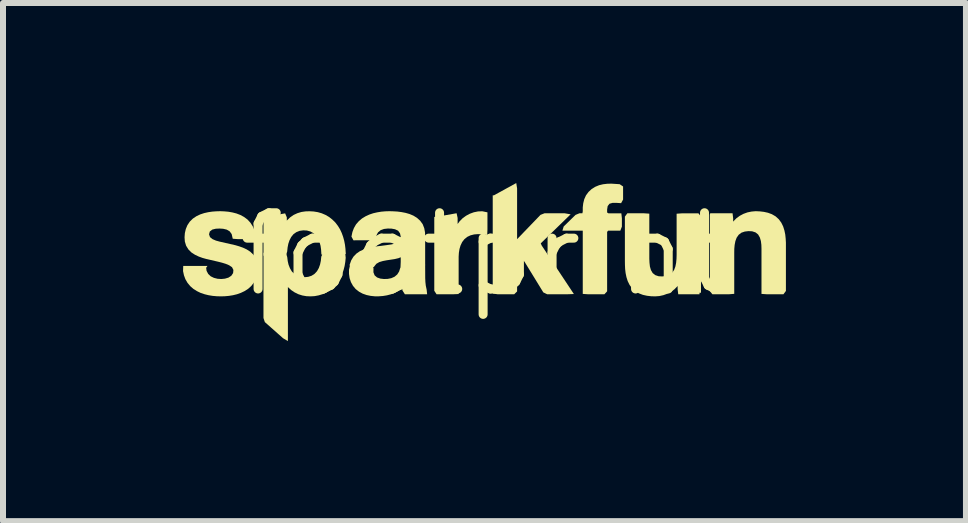
<source format=kicad_pcb>
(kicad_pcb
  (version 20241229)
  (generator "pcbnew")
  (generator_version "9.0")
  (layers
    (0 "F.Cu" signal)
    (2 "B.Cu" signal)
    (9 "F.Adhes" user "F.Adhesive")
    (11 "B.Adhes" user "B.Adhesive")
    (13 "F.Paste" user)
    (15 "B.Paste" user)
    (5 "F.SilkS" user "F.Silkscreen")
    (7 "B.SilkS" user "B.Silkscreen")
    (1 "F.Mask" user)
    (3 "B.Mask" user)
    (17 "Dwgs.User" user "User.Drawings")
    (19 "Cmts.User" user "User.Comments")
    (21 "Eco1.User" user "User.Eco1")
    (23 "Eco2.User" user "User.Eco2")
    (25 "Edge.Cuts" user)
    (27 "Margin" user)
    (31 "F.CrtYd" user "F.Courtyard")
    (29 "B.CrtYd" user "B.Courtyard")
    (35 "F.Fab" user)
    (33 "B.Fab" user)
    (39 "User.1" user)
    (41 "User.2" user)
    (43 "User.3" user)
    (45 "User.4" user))
  (footprint "footprint"
    (layer "F.Cu")
    (at 5.03 1.185)
    (property "Reference" "footprint" (at 0 0 0) (layer "F.SilkS") (effects (font (size 1.27 1.27) (thickness 0.15))))
    (fp_poly (pts (xy 0.536 -1.095) (xy 0.536 -0.25) (xy 0.926 -0.655) (xy 0.992 -0.681) (xy 1.33 -0.681) (xy 1.428 -0.664) (xy 0.93 -0.18) (xy 0.946 -0.144) (xy 1.482 0.664) (xy 1.375 0.668) (xy 1.037 0.668) (xy 0.973 0.637) (xy 0.659 0.125) (xy 0.641 0.106) (xy 0.566 0.178) (xy 0.536 0.221) (xy 0.536 0.621) (xy 0.488 0.668) (xy 0.211 0.668) (xy 0.13 0.656) (xy 0.13 -0.98) (xy 0.149 -0.98) (xy 0.522 -1.185)) (stroke (width 0) (type solid)) (fill yes) (layer "F.SilkS"))
    (fp_poly (pts (xy 0.042 -0.697) (xy 0.042 -0.41) (xy 0.038 -0.319) (xy -0.054 -0.331) (xy -0.118 -0.334) (xy -0.18 -0.329) (xy -0.24 -0.314) (xy -0.295 -0.288) (xy -0.342 -0.25) (xy -0.379 -0.202) (xy -0.406 -0.146) (xy -0.424 -0.086) (xy -0.434 -0.023) (xy -0.438 0.042) (xy -0.438 0.664) (xy -0.526 0.668) (xy -0.806 0.668) (xy -0.844 0.61) (xy -0.844 -0.622) (xy -0.82 -0.62) (xy -0.472 -0.682) (xy -0.455 -0.603) (xy -0.455 -0.503) (xy -0.419 -0.551) (xy -0.37 -0.6) (xy -0.313 -0.641) (xy -0.251 -0.674) (xy -0.185 -0.698) (xy -0.116 -0.712) (xy -0.045 -0.715)) (stroke (width 0) (type solid)) (fill yes) (layer "F.SilkS"))
    (fp_poly (pts (xy 2.245 -1.166) (xy 2.302 -1.128) (xy 2.302 -0.91) (xy 2.269 -0.85) (xy 2.188 -0.855) (xy 2.127 -0.855) (xy 2.075 -0.84) (xy 2.045 -0.801) (xy 2.036 -0.744) (xy 2.036 -0.694) (xy 2.059 -0.68) (xy 2.273 -0.68) (xy 2.282 -0.597) (xy 2.282 -0.459) (xy 2.256 -0.392) (xy 2.053 -0.392) (xy 2.036 -0.371) (xy 2.036 0.619) (xy 1.991 0.668) (xy 1.715 0.668) (xy 1.63 0.662) (xy 1.63 -0.392) (xy 1.291 -0.392) (xy 1.312 -0.461) (xy 1.509 -0.654) (xy 1.574 -0.681) (xy 1.624 -0.681) (xy 1.63 -0.714) (xy 1.63 -0.779) (xy 1.638 -0.848) (xy 1.655 -0.916) (xy 1.684 -0.98) (xy 1.726 -1.037) (xy 1.778 -1.085) (xy 1.837 -1.122) (xy 1.902 -1.149) (xy 1.969 -1.165) (xy 2.037 -1.173) (xy 2.106 -1.175)) (stroke (width 0) (type solid)) (fill yes) (layer "F.SilkS"))
    (fp_poly (pts (xy -1.857 0.236) (xy -1.858 0.302) (xy -1.838 0.353) (xy -1.797 0.388) (xy -1.743 0.407) (xy -1.682 0.414) (xy -1.62 0.412) (xy -1.56 0.4) (xy -1.506 0.376) (xy -1.461 0.338) (xy -1.43 0.289) (xy -1.409 0.223) (xy -1.36 0.177) (xy -0.996 0.177) (xy -0.995 0.399) (xy -0.992 0.464) (xy -0.985 0.527) (xy -0.971 0.592) (xy -0.963 0.668) (xy -1.334 0.668) (xy -1.374 0.605) (xy -1.38 0.57) (xy -1.387 0.574) (xy -1.441 0.612) (xy -1.502 0.645) (xy -1.567 0.669) (xy -1.633 0.686) (xy -1.7 0.697) (xy -1.768 0.702) (xy -1.836 0.702) (xy -1.904 0.695) (xy -1.971 0.681) (xy -2.037 0.658) (xy -2.098 0.625) (xy -2.154 0.581) (xy -2.199 0.527) (xy -2.233 0.465) (xy -2.255 0.398) (xy -2.265 0.329) (xy -2.265 0.259) (xy -2.246 0.177) (xy -1.88 0.177)) (stroke (width 0) (type solid)) (fill yes) (layer "F.SilkS"))
    (fp_poly (pts (xy -3.316 -0.024) (xy -3.294 0.049) (xy -3.286 0.115) (xy -3.272 0.176) (xy -3.249 0.234) (xy -3.218 0.287) (xy -3.176 0.33) (xy -3.126 0.361) (xy -3.068 0.379) (xy -3.007 0.384) (xy -2.946 0.378) (xy -2.889 0.36) (xy -2.839 0.328) (xy -2.798 0.284) (xy -2.768 0.231) (xy -2.747 0.172) (xy -2.734 0.11) (xy -2.727 0.042) (xy -2.698 -0.024) (xy -2.328 -0.024) (xy -2.32 0.061) (xy -2.327 0.13) (xy -2.338 0.197) (xy -2.355 0.263) (xy -2.377 0.328) (xy -2.405 0.39) (xy -2.439 0.45) (xy -2.48 0.506) (xy -2.527 0.556) (xy -2.581 0.6) (xy -2.64 0.637) (xy -2.703 0.666) (xy -2.769 0.686) (xy -2.837 0.699) (xy -2.906 0.703) (xy -2.975 0.7) (xy -3.043 0.688) (xy -3.109 0.667) (xy -3.172 0.636) (xy -3.23 0.597) (xy -3.281 0.55) (xy -3.283 0.547) (xy -3.283 1.448) (xy -3.363 1.401) (xy -3.667 1.132) (xy -3.69 1.064) (xy -3.69 -0.024)) (stroke (width 0) (type solid)) (fill yes) (layer "F.SilkS"))
    (fp_poly (pts (xy -2.853 -0.711) (xy -2.785 -0.7) (xy -2.719 -0.681) (xy -2.656 -0.654) (xy -2.596 -0.619) (xy -2.542 -0.576) (xy -2.493 -0.528) (xy -2.451 -0.473) (xy -2.415 -0.415) (xy -2.386 -0.353) (xy -2.363 -0.289) (xy -2.345 -0.224) (xy -2.332 -0.157) (xy -2.324 -0.09) (xy -2.319 -0.008) (xy -2.38 0.026) (xy -2.654 0.026) (xy -2.725 0.005) (xy -2.73 -0.077) (xy -2.739 -0.14) (xy -2.756 -0.2) (xy -2.78 -0.257) (xy -2.813 -0.308) (xy -2.856 -0.349) (xy -2.908 -0.378) (xy -2.966 -0.394) (xy -3.026 -0.397) (xy -3.086 -0.389) (xy -3.142 -0.367) (xy -3.19 -0.333) (xy -3.228 -0.286) (xy -3.256 -0.232) (xy -3.276 -0.173) (xy -3.288 -0.111) (xy -3.295 -0.044) (xy -3.317 0.026) (xy -3.69 0.026) (xy -3.69 -0.611) (xy -3.609 -0.63) (xy -3.329 -0.68) (xy -3.301 -0.613) (xy -3.301 -0.559) (xy -3.295 -0.566) (xy -3.245 -0.614) (xy -3.187 -0.654) (xy -3.124 -0.683) (xy -3.058 -0.703) (xy -2.989 -0.713) (xy -2.921 -0.715)) (stroke (width 0) (type solid)) (fill yes) (layer "F.SilkS"))
    (fp_poly (pts (xy 4.58 -0.713) (xy 4.648 -0.705) (xy 4.716 -0.69) (xy 4.781 -0.666) (xy 4.843 -0.63) (xy 4.896 -0.582) (xy 4.938 -0.525) (xy 4.969 -0.462) (xy 4.99 -0.395) (xy 5.004 -0.328) (xy 5.011 -0.26) (xy 5.015 -0.192) (xy 5.015 -0.125) (xy 5.015 0.613) (xy 4.974 0.668) (xy 4.695 0.668) (xy 4.608 0.662) (xy 4.608 -0.091) (xy 4.606 -0.156) (xy 4.598 -0.219) (xy 4.581 -0.277) (xy 4.552 -0.328) (xy 4.508 -0.363) (xy 4.452 -0.381) (xy 4.391 -0.384) (xy 4.33 -0.377) (xy 4.274 -0.358) (xy 4.228 -0.323) (xy 4.194 -0.274) (xy 4.173 -0.217) (xy 4.161 -0.155) (xy 4.155 -0.091) (xy 4.154 -0.026) (xy 4.154 0.661) (xy 4.068 0.668) (xy 3.79 0.668) (xy 3.747 0.615) (xy 3.747 -0.659) (xy 3.754 -0.681) (xy 4.126 -0.681) (xy 4.136 -0.598) (xy 4.136 -0.541) (xy 4.141 -0.548) (xy 4.19 -0.598) (xy 4.246 -0.639) (xy 4.308 -0.672) (xy 4.374 -0.696) (xy 4.442 -0.71) (xy 4.511 -0.716)) (stroke (width 0) (type solid)) (fill yes) (layer "F.SilkS"))
    (fp_poly (pts (xy 2.739 -0.675) (xy 2.739 0.078) (xy 2.742 0.143) (xy 2.749 0.206) (xy 2.766 0.265) (xy 2.795 0.315) (xy 2.84 0.35) (xy 2.895 0.368) (xy 2.956 0.371) (xy 3.017 0.364) (xy 3.073 0.345) (xy 3.12 0.31) (xy 3.153 0.261) (xy 3.174 0.204) (xy 3.186 0.142) (xy 3.192 0.078) (xy 3.194 0.013) (xy 3.194 -0.674) (xy 3.279 -0.68) (xy 3.558 -0.68) (xy 3.6 -0.627) (xy 3.6 0.643) (xy 3.575 0.643) (xy 3.575 0.668) (xy 3.221 0.668) (xy 3.211 0.585) (xy 3.211 0.529) (xy 3.207 0.535) (xy 3.158 0.585) (xy 3.101 0.627) (xy 3.04 0.659) (xy 2.974 0.683) (xy 2.906 0.698) (xy 2.837 0.703) (xy 2.768 0.701) (xy 2.7 0.693) (xy 2.632 0.678) (xy 2.566 0.653) (xy 2.505 0.617) (xy 2.452 0.569) (xy 2.41 0.512) (xy 2.379 0.449) (xy 2.358 0.383) (xy 2.344 0.315) (xy 2.336 0.247) (xy 2.333 0.18) (xy 2.332 0.113) (xy 2.332 -0.626) (xy 2.373 -0.681) (xy 2.652 -0.681)) (stroke (width 0) (type solid)) (fill yes) (layer "F.SilkS"))
    (fp_poly (pts (xy -1.524 -0.714) (xy -1.457 -0.71) (xy -1.389 -0.701) (xy -1.322 -0.688) (xy -1.256 -0.669) (xy -1.192 -0.642) (xy -1.132 -0.605) (xy -1.079 -0.557) (xy -1.037 -0.499) (xy -1.011 -0.432) (xy -0.998 -0.362) (xy -0.996 -0.294) (xy -0.996 0.182) (xy -1.047 0.228) (xy -1.323 0.228) (xy -1.407 0.219) (xy -1.403 0.129) (xy -1.403 0.066) (xy -1.405 0.051) (xy -1.437 0.066) (xy -1.505 0.082) (xy -1.637 0.102) (xy -1.7 0.114) (xy -1.76 0.132) (xy -1.81 0.161) (xy -1.854 0.217) (xy -1.926 0.228) (xy -2.202 0.228) (xy -2.257 0.185) (xy -2.228 0.103) (xy -2.191 0.042) (xy -2.141 -0.01) (xy -2.083 -0.05) (xy -2.019 -0.079) (xy -1.954 -0.101) (xy -1.888 -0.117) (xy -1.821 -0.128) (xy -1.623 -0.153) (xy -1.559 -0.162) (xy -1.497 -0.177) (xy -1.443 -0.2) (xy -1.409 -0.238) (xy -1.403 -0.292) (xy -1.415 -0.347) (xy -1.447 -0.391) (xy -1.498 -0.415) (xy -1.558 -0.426) (xy -1.621 -0.427) (xy -1.682 -0.42) (xy -1.737 -0.4) (xy -1.781 -0.364) (xy -1.808 -0.313) (xy -1.824 -0.232) (xy -2.191 -0.231) (xy -2.224 -0.293) (xy -2.208 -0.369) (xy -2.183 -0.435) (xy -2.148 -0.496) (xy -2.102 -0.549) (xy -2.048 -0.595) (xy -1.989 -0.631) (xy -1.926 -0.66) (xy -1.861 -0.682) (xy -1.794 -0.697) (xy -1.727 -0.708) (xy -1.659 -0.714) (xy -1.591 -0.716)) (stroke (width 0) (type solid)) (fill yes) (layer "F.SilkS"))
    (fp_poly (pts (xy -4.341 -0.713) (xy -4.274 -0.707) (xy -4.206 -0.695) (xy -4.14 -0.678) (xy -4.075 -0.653) (xy -4.014 -0.62) (xy -3.957 -0.578) (xy -3.909 -0.526) (xy -3.87 -0.467) (xy -3.843 -0.403) (xy -3.824 -0.332) (xy -3.831 -0.251) (xy -4.121 -0.251) (xy -4.202 -0.257) (xy -4.22 -0.335) (xy -4.253 -0.38) (xy -4.302 -0.409) (xy -4.361 -0.423) (xy -4.423 -0.427) (xy -4.485 -0.424) (xy -4.542 -0.41) (xy -4.584 -0.378) (xy -4.597 -0.331) (xy -4.581 -0.284) (xy -4.538 -0.25) (xy -4.482 -0.226) (xy -4.42 -0.209) (xy -4.161 -0.15) (xy -4.096 -0.131) (xy -4.031 -0.108) (xy -3.969 -0.079) (xy -3.91 -0.041) (xy -3.858 0.008) (xy -3.817 0.068) (xy -3.793 0.135) (xy -3.783 0.205) (xy -3.784 0.275) (xy -3.795 0.344) (xy -3.817 0.411) (xy -3.85 0.474) (xy -3.893 0.53) (xy -3.945 0.577) (xy -4.004 0.615) (xy -4.067 0.645) (xy -4.132 0.668) (xy -4.198 0.684) (xy -4.266 0.695) (xy -4.333 0.701) (xy -4.401 0.703) (xy -4.469 0.701) (xy -4.537 0.695) (xy -4.604 0.684) (xy -4.67 0.668) (xy -4.736 0.646) (xy -4.798 0.616) (xy -4.857 0.579) (xy -4.91 0.533) (xy -4.955 0.479) (xy -4.991 0.417) (xy -5.015 0.352) (xy -5.03 0.282) (xy -5.027 0.196) (xy -4.623 0.196) (xy -4.645 0.227) (xy -4.638 0.278) (xy -4.611 0.329) (xy -4.569 0.369) (xy -4.515 0.395) (xy -4.455 0.41) (xy -4.393 0.414) (xy -4.332 0.408) (xy -4.274 0.391) (xy -4.226 0.36) (xy -4.196 0.315) (xy -4.191 0.263) (xy -4.214 0.217) (xy -4.262 0.185) (xy -4.319 0.161) (xy -4.381 0.142) (xy -4.444 0.126) (xy -4.639 0.081) (xy -4.704 0.063) (xy -4.768 0.04) (xy -4.831 0.01) (xy -4.89 -0.028) (xy -4.941 -0.079) (xy -4.979 -0.141) (xy -5 -0.21) (xy -5.005 -0.28) (xy -5 -0.35) (xy -4.984 -0.419) (xy -4.957 -0.484) (xy -4.917 -0.543) (xy -4.866 -0.593) (xy -4.808 -0.632) (xy -4.745 -0.662) (xy -4.679 -0.684) (xy -4.612 -0.699) (xy -4.545 -0.709) (xy -4.477 -0.714) (xy -4.409 -0.716)) (stroke (width 0) (type solid)) (fill yes) (layer "F.SilkS")))
  (gr_rect
    (start -3 -3)
    (end 13.045 5.633)
    (stroke (width 0.1) (type default))
    (fill no)
    (layer "Edge.Cuts")))
</source>
